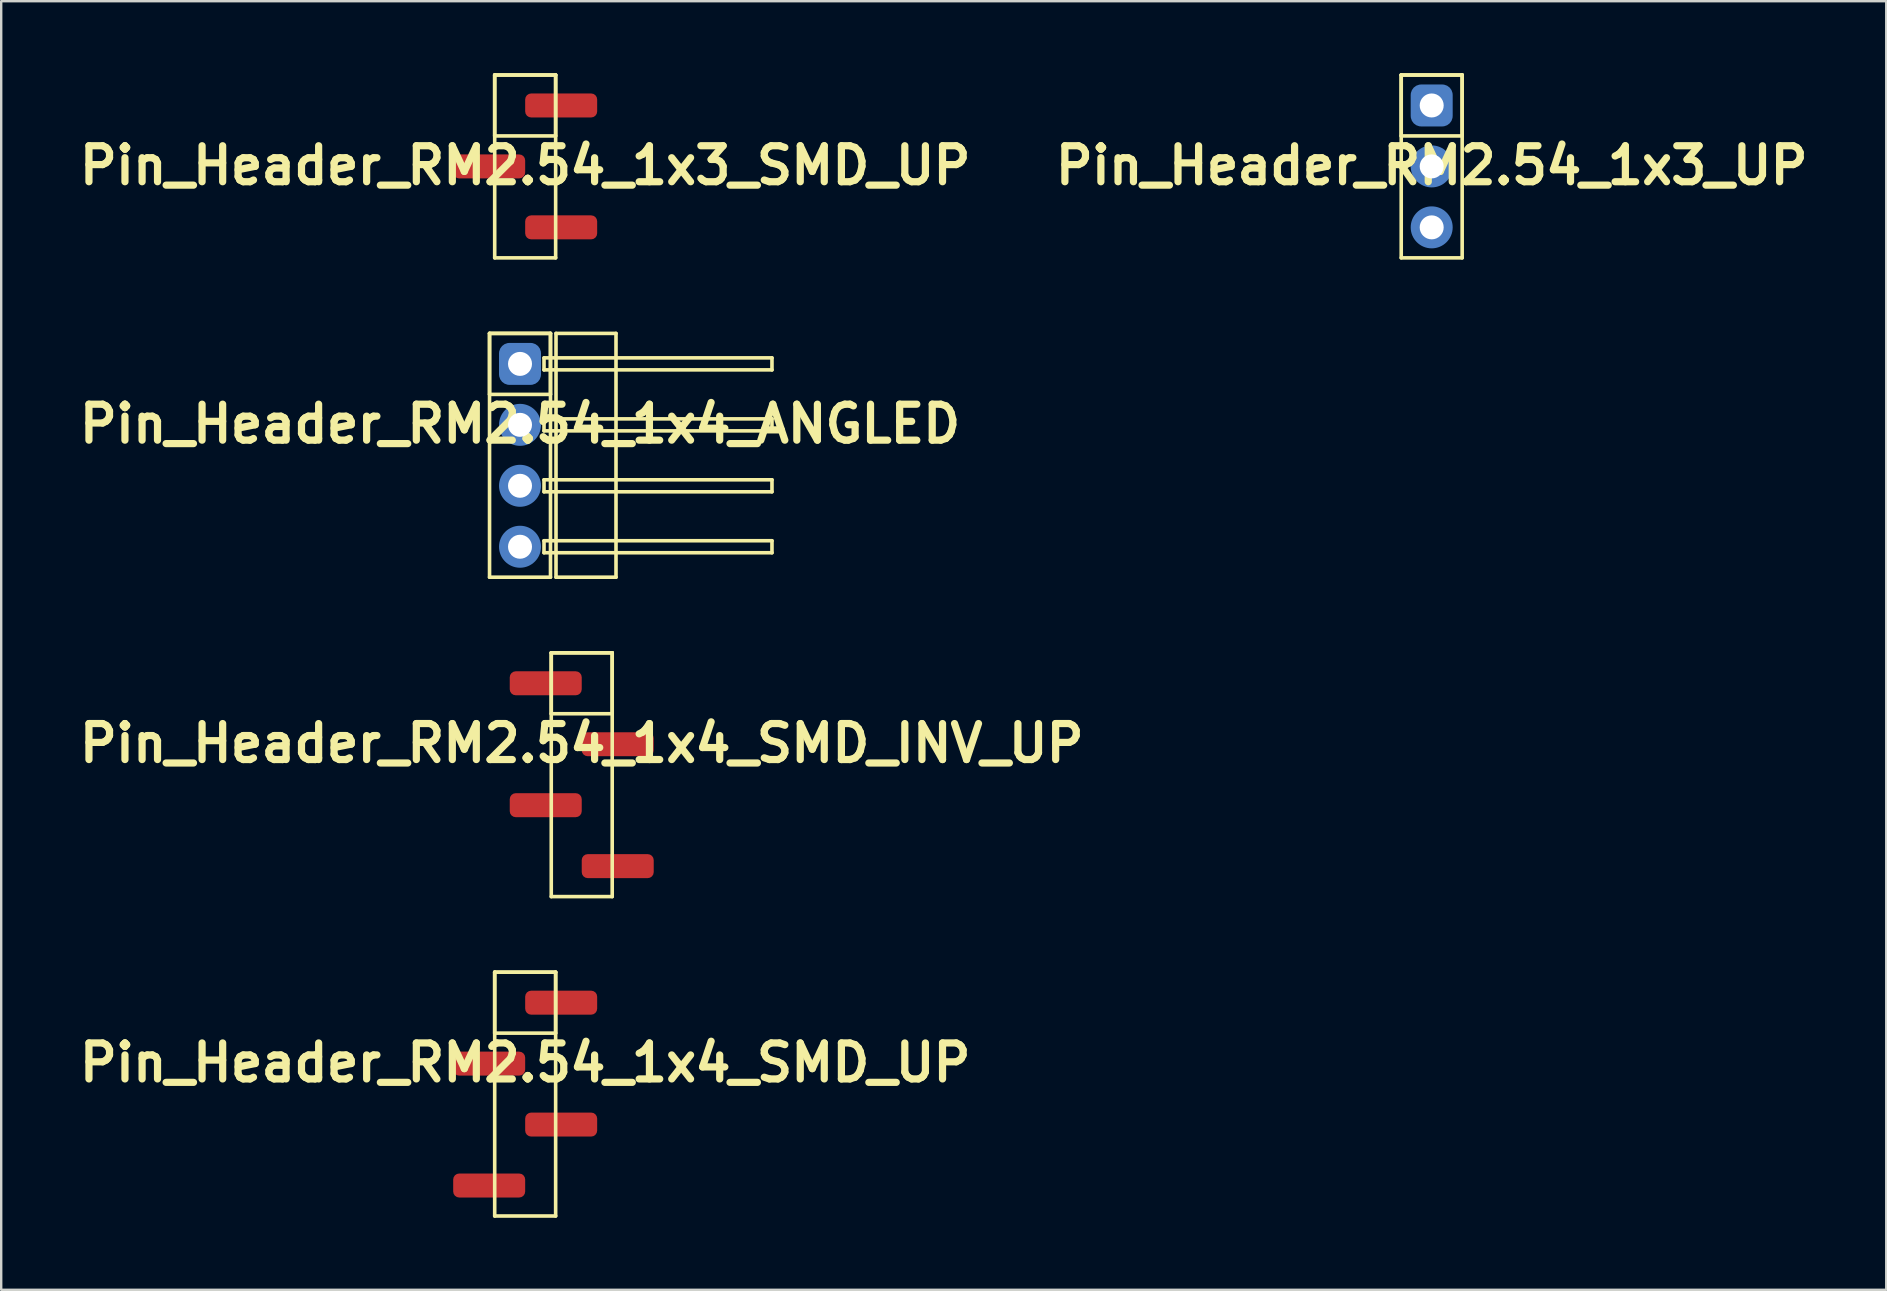
<source format=kicad_pcb>
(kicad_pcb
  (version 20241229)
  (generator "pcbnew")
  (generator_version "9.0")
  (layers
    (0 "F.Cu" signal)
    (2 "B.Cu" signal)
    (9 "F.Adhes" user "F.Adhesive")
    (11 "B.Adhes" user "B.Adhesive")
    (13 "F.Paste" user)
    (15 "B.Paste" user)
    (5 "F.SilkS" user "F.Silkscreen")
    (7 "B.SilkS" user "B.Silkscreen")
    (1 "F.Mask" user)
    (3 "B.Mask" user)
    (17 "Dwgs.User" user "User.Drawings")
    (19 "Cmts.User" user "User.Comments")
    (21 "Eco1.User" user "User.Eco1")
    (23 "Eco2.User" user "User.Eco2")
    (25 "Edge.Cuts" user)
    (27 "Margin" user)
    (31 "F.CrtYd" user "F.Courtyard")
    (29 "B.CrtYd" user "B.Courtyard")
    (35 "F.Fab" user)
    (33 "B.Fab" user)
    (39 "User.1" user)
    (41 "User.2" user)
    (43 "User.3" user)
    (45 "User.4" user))
  (footprint "Pin_Header_RM2.54_1x4_SMD_UP"
    (layer "F.Cu")
    (at 18.836 38.735)
    (property "Reference" "Pin_Header_RM2.54_1x4_SMD_UP" (at 0 2.5 0) (layer "F.SilkS") (effects (font (size 1.5 1.5) (thickness 0.3))))
    (attr through_hole)
    (fp_line (start -1.27 -1.27) (end 1.27 -1.27) (stroke (width 0.15) (type solid)) (layer "F.SilkS"))
    (fp_line (start -1.27 -1.27) (end 1.27 -1.27) (stroke (width 0.15) (type solid)) (layer "F.SilkS"))
    (fp_line (start -1.27 1.27) (end -1.27 -1.27) (stroke (width 0.15) (type solid)) (layer "F.SilkS"))
    (fp_line (start -1.27 8.89) (end -1.27 -1.27) (stroke (width 0.15) (type solid)) (layer "F.SilkS"))
    (fp_line (start 1.27 -1.27) (end 1.27 1.27) (stroke (width 0.15) (type solid)) (layer "F.SilkS"))
    (fp_line (start 1.27 -1.27) (end 1.27 8.89) (stroke (width 0.15) (type solid)) (layer "F.SilkS"))
    (fp_line (start 1.27 1.27) (end -1.27 1.27) (stroke (width 0.15) (type solid)) (layer "F.SilkS"))
    (fp_line (start 1.27 8.89) (end -1.27 8.89) (stroke (width 0.15) (type solid)) (layer "F.SilkS"))
    (pad "1" smd roundrect (at 1.5 0) (size 3 1) (layers "F.Cu" "F.Mask") (roundrect_rratio 0.25))
    (pad "2" smd roundrect (at -1.5 2.54) (size 3 1) (layers "F.Cu" "F.Mask") (roundrect_rratio 0.25))
    (pad "3" smd roundrect (at 1.5 5.08) (size 3 1) (layers "F.Cu" "F.Mask") (roundrect_rratio 0.25))
    (pad "4" smd roundrect (at -1.5 7.62) (size 3 1) (layers "F.Cu" "F.Mask") (roundrect_rratio 0.25)))
  (footprint "Pin_Header_RM2.54_1x3_UP"
    (layer "F.Cu")
    (at 56.614 1.345)
    (property "Reference" "Pin_Header_RM2.54_1x3_UP" (at 0 2.5 0) (layer "F.SilkS") (effects (font (size 1.5 1.5) (thickness 0.3))))
    (attr through_hole)
    (fp_line (start -1.27 -1.27) (end 1.27 -1.27) (stroke (width 0.15) (type solid)) (layer "F.SilkS"))
    (fp_line (start -1.27 -1.27) (end 1.27 -1.27) (stroke (width 0.15) (type solid)) (layer "F.SilkS"))
    (fp_line (start -1.27 1.27) (end -1.27 -1.27) (stroke (width 0.15) (type solid)) (layer "F.SilkS"))
    (fp_line (start -1.27 6.35) (end -1.27 -1.27) (stroke (width 0.15) (type solid)) (layer "F.SilkS"))
    (fp_line (start 1.27 -1.27) (end 1.27 1.27) (stroke (width 0.15) (type solid)) (layer "F.SilkS"))
    (fp_line (start 1.27 -1.27) (end 1.27 6.35) (stroke (width 0.15) (type solid)) (layer "F.SilkS"))
    (fp_line (start 1.27 1.27) (end -1.27 1.27) (stroke (width 0.15) (type solid)) (layer "F.SilkS"))
    (fp_line (start 1.27 6.35) (end -1.27 6.35) (stroke (width 0.15) (type solid)) (layer "F.SilkS"))
    (pad "1" thru_hole circle (at 0 0) (size 1.3 1.3) (drill 1) (layers "*.Cu" "*.Mask"))
    (pad "1" smd roundrect (at 0 0) (size 1.5 1.5) (layers "F.Cu" "F.Mask") (roundrect_rratio 0.25))
    (pad "1" smd roundrect (at 0 0) (size 1.75 1.75) (layers "B.Cu" "B.Mask") (roundrect_rratio 0.25))
    (pad "2" thru_hole circle (at 0 2.54) (size 1.3 1.3) (drill 1) (layers "*.Cu" "*.Mask"))
    (pad "2" smd circle (at 0 2.54) (size 1.5 1.5) (layers "F.Cu" "F.Mask"))
    (pad "2" smd circle (at 0 2.54) (size 1.75 1.75) (layers "B.Cu" "B.Mask"))
    (pad "3" thru_hole circle (at 0 5.08) (size 1.3 1.3) (drill 1) (layers "*.Cu" "*.Mask"))
    (pad "3" smd circle (at 0 5.08) (size 1.5 1.5) (layers "F.Cu" "F.Mask"))
    (pad "3" smd circle (at 0 5.08) (size 1.75 1.75) (layers "B.Cu" "B.Mask")))
  (footprint "Pin_Header_RM2.54_1x3_SMD_UP"
    (layer "F.Cu")
    (at 18.836 1.345)
    (property "Reference" "Pin_Header_RM2.54_1x3_SMD_UP" (at 0 2.5 0) (layer "F.SilkS") (effects (font (size 1.5 1.5) (thickness 0.3))))
    (attr through_hole)
    (fp_line (start -1.27 -1.27) (end 1.27 -1.27) (stroke (width 0.15) (type solid)) (layer "F.SilkS"))
    (fp_line (start -1.27 -1.27) (end 1.27 -1.27) (stroke (width 0.15) (type solid)) (layer "F.SilkS"))
    (fp_line (start -1.27 1.27) (end -1.27 -1.27) (stroke (width 0.15) (type solid)) (layer "F.SilkS"))
    (fp_line (start -1.27 6.35) (end -1.27 -1.27) (stroke (width 0.15) (type solid)) (layer "F.SilkS"))
    (fp_line (start 1.27 -1.27) (end 1.27 1.27) (stroke (width 0.15) (type solid)) (layer "F.SilkS"))
    (fp_line (start 1.27 -1.27) (end 1.27 6.35) (stroke (width 0.15) (type solid)) (layer "F.SilkS"))
    (fp_line (start 1.27 1.27) (end -1.27 1.27) (stroke (width 0.15) (type solid)) (layer "F.SilkS"))
    (fp_line (start 1.27 6.35) (end -1.27 6.35) (stroke (width 0.15) (type solid)) (layer "F.SilkS"))
    (pad "1" smd roundrect (at 1.5 0) (size 3 1) (layers "F.Cu" "F.Mask") (roundrect_rratio 0.25))
    (pad "2" smd roundrect (at -1.5 2.54) (size 3 1) (layers "F.Cu" "F.Mask") (roundrect_rratio 0.25))
    (pad "3" smd roundrect (at 1.5 5.08) (size 3 1) (layers "F.Cu" "F.Mask") (roundrect_rratio 0.25)))
  (footprint "Pin_Header_RM2.54_1x4_ANGLED"
    (layer "F.Cu")
    (at 18.621 12.115)
    (property "Reference" "Pin_Header_RM2.54_1x4_ANGLED" (at 0 2.5 0) (layer "F.SilkS") (effects (font (size 1.5 1.5) (thickness 0.3))))
    (attr through_hole)
    (fp_line (start -1.27 -1.27) (end 1.27 -1.27) (stroke (width 0.15) (type solid)) (layer "F.SilkS"))
    (fp_line (start -1.27 -1.27) (end 1.27 -1.27) (stroke (width 0.15) (type solid)) (layer "F.SilkS"))
    (fp_line (start -1.27 1.27) (end -1.27 -1.27) (stroke (width 0.15) (type solid)) (layer "F.SilkS"))
    (fp_line (start -1.27 8.89) (end -1.27 -1.27) (stroke (width 0.15) (type solid)) (layer "F.SilkS"))
    (fp_line (start 1 -0.25) (end 10.5 -0.25) (stroke (width 0.15) (type solid)) (layer "F.SilkS"))
    (fp_line (start 1 0.25) (end 1 -0.25) (stroke (width 0.15) (type solid)) (layer "F.SilkS"))
    (fp_line (start 1 2.29) (end 10.5 2.29) (stroke (width 0.15) (type solid)) (layer "F.SilkS"))
    (fp_line (start 1 2.79) (end 1 2.29) (stroke (width 0.15) (type solid)) (layer "F.SilkS"))
    (fp_line (start 1 4.83) (end 10.5 4.83) (stroke (width 0.15) (type solid)) (layer "F.SilkS"))
    (fp_line (start 1 5.33) (end 1 4.83) (stroke (width 0.15) (type solid)) (layer "F.SilkS"))
    (fp_line (start 1 7.37) (end 10.5 7.37) (stroke (width 0.15) (type solid)) (layer "F.SilkS"))
    (fp_line (start 1 7.87) (end 1 7.37) (stroke (width 0.15) (type solid)) (layer "F.SilkS"))
    (fp_line (start 1.27 -1.27) (end 1.27 1.27) (stroke (width 0.15) (type solid)) (layer "F.SilkS"))
    (fp_line (start 1.27 -1.27) (end 1.27 8.89) (stroke (width 0.15) (type solid)) (layer "F.SilkS"))
    (fp_line (start 1.27 1.27) (end -1.27 1.27) (stroke (width 0.15) (type solid)) (layer "F.SilkS"))
    (fp_line (start 1.27 8.89) (end -1.27 8.89) (stroke (width 0.15) (type solid)) (layer "F.SilkS"))
    (fp_line (start 1.5 -1.27) (end 4 -1.27) (stroke (width 0.15) (type solid)) (layer "F.SilkS"))
    (fp_line (start 1.5 8.89) (end 1.5 -1.27) (stroke (width 0.15) (type solid)) (layer "F.SilkS"))
    (fp_line (start 4 -1.27) (end 4 8.89) (stroke (width 0.15) (type solid)) (layer "F.SilkS"))
    (fp_line (start 4 8.89) (end 1.5 8.89) (stroke (width 0.15) (type solid)) (layer "F.SilkS"))
    (fp_line (start 10.5 -0.25) (end 10.5 0.25) (stroke (width 0.15) (type solid)) (layer "F.SilkS"))
    (fp_line (start 10.5 0.25) (end 1 0.25) (stroke (width 0.15) (type solid)) (layer "F.SilkS"))
    (fp_line (start 10.5 2.29) (end 10.5 2.79) (stroke (width 0.15) (type solid)) (layer "F.SilkS"))
    (fp_line (start 10.5 2.79) (end 1 2.79) (stroke (width 0.15) (type solid)) (layer "F.SilkS"))
    (fp_line (start 10.5 4.83) (end 10.5 5.33) (stroke (width 0.15) (type solid)) (layer "F.SilkS"))
    (fp_line (start 10.5 5.33) (end 1 5.33) (stroke (width 0.15) (type solid)) (layer "F.SilkS"))
    (fp_line (start 10.5 7.37) (end 10.5 7.87) (stroke (width 0.15) (type solid)) (layer "F.SilkS"))
    (fp_line (start 10.5 7.87) (end 1 7.87) (stroke (width 0.15) (type solid)) (layer "F.SilkS"))
    (pad "1" thru_hole circle (at 0 0) (size 1.3 1.3) (drill 1) (layers "*.Cu" "*.Mask"))
    (pad "1" smd roundrect (at 0 0) (size 1.5 1.5) (layers "F.Cu" "F.Mask") (roundrect_rratio 0.25))
    (pad "1" smd roundrect (at 0 0) (size 1.75 1.75) (layers "B.Cu" "B.Mask") (roundrect_rratio 0.25))
    (pad "2" thru_hole circle (at 0 2.54) (size 1.3 1.3) (drill 1) (layers "*.Cu" "*.Mask"))
    (pad "2" smd circle (at 0 2.54) (size 1.5 1.5) (layers "F.Cu" "F.Mask"))
    (pad "2" smd circle (at 0 2.54) (size 1.75 1.75) (layers "B.Cu" "B.Mask"))
    (pad "3" thru_hole circle (at 0 5.08) (size 1.3 1.3) (drill 1) (layers "*.Cu" "*.Mask"))
    (pad "3" smd circle (at 0 5.08) (size 1.5 1.5) (layers "F.Cu" "F.Mask"))
    (pad "3" smd circle (at 0 5.08) (size 1.75 1.75) (layers "B.Cu" "B.Mask"))
    (pad "4" thru_hole circle (at 0 7.62) (size 1.3 1.3) (drill 1) (layers "*.Cu" "*.Mask"))
    (pad "4" smd circle (at 0 7.62) (size 1.5 1.5) (layers "F.Cu" "F.Mask"))
    (pad "4" smd circle (at 0 7.62) (size 1.75 1.75) (layers "B.Cu" "B.Mask")))
  (footprint "Pin_Header_RM2.54_1x4_SMD_INV_UP"
    (layer "F.Cu")
    (at 21.193 25.425)
    (property "Reference" "Pin_Header_RM2.54_1x4_SMD_INV_UP" (at 0 2.5 0) (layer "F.SilkS") (effects (font (size 1.5 1.5) (thickness 0.3))))
    (attr through_hole)
    (fp_line (start -1.27 -1.27) (end 1.27 -1.27) (stroke (width 0.15) (type solid)) (layer "F.SilkS"))
    (fp_line (start -1.27 -1.27) (end 1.27 -1.27) (stroke (width 0.15) (type solid)) (layer "F.SilkS"))
    (fp_line (start -1.27 1.27) (end -1.27 -1.27) (stroke (width 0.15) (type solid)) (layer "F.SilkS"))
    (fp_line (start -1.27 8.89) (end -1.27 -1.27) (stroke (width 0.15) (type solid)) (layer "F.SilkS"))
    (fp_line (start 1.27 -1.27) (end 1.27 1.27) (stroke (width 0.15) (type solid)) (layer "F.SilkS"))
    (fp_line (start 1.27 -1.27) (end 1.27 8.89) (stroke (width 0.15) (type solid)) (layer "F.SilkS"))
    (fp_line (start 1.27 1.27) (end -1.27 1.27) (stroke (width 0.15) (type solid)) (layer "F.SilkS"))
    (fp_line (start 1.27 8.89) (end -1.27 8.89) (stroke (width 0.15) (type solid)) (layer "F.SilkS"))
    (pad "1" smd roundrect (at -1.5 0) (size 3 1) (layers "F.Cu" "F.Mask") (roundrect_rratio 0.25))
    (pad "2" smd roundrect (at 1.5 2.54) (size 3 1) (layers "F.Cu" "F.Mask") (roundrect_rratio 0.25))
    (pad "3" smd roundrect (at -1.5 5.08) (size 3 1) (layers "F.Cu" "F.Mask") (roundrect_rratio 0.25))
    (pad "4" smd roundrect (at 1.5 7.62) (size 3 1) (layers "F.Cu" "F.Mask") (roundrect_rratio 0.25)))
  (gr_rect
    (start -3 -3)
    (end 75.557 50.7)
    (stroke (width 0.1) (type default))
    (fill no)
    (layer "Edge.Cuts")))
</source>
